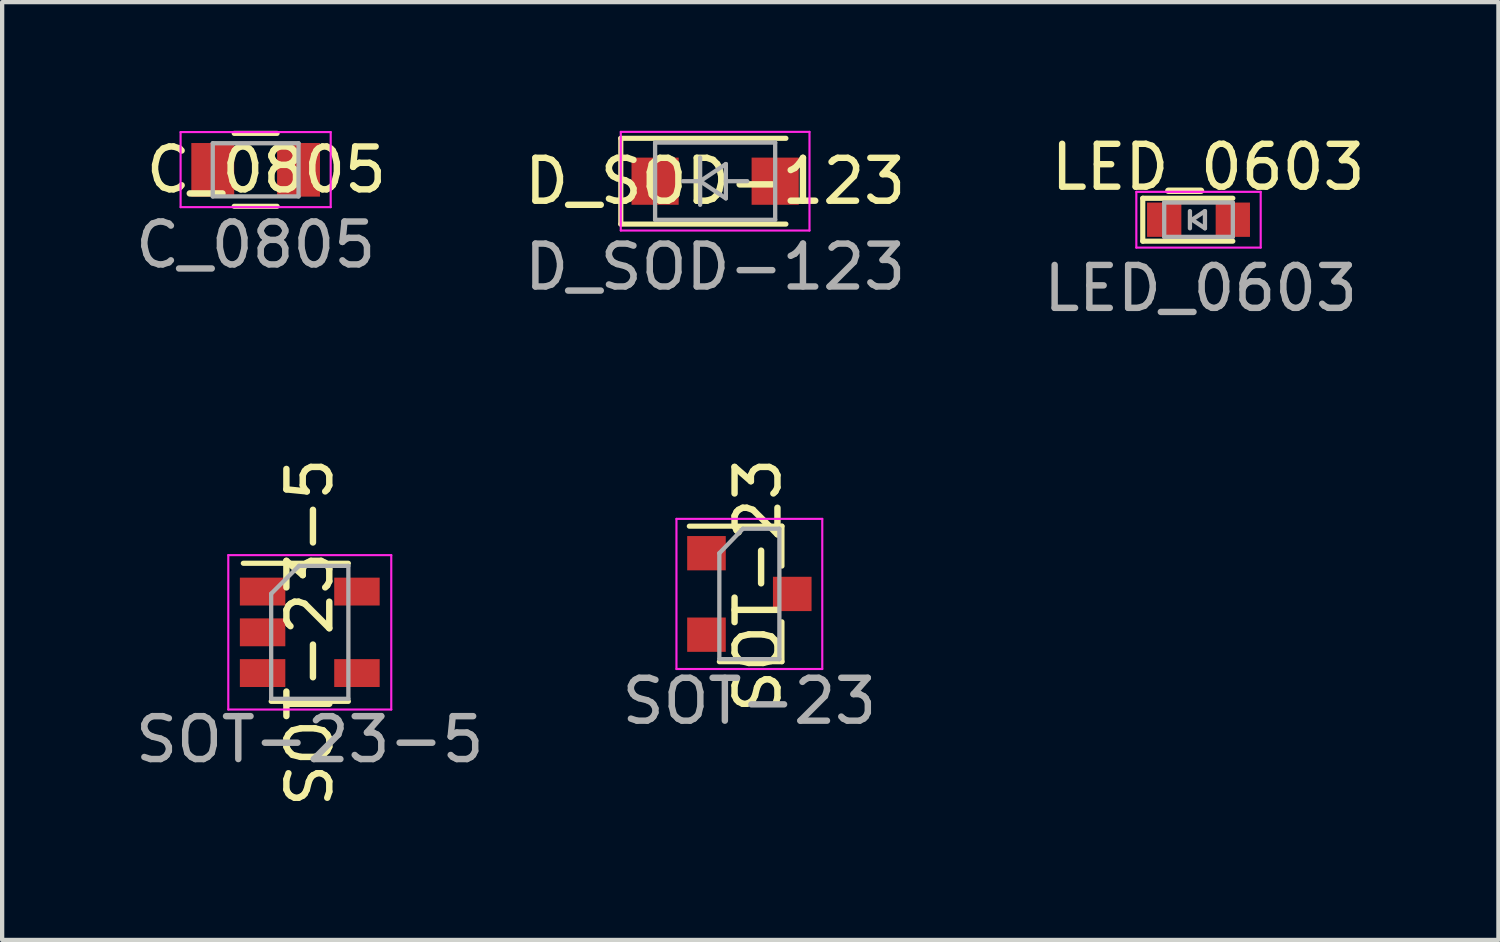
<source format=kicad_pcb>
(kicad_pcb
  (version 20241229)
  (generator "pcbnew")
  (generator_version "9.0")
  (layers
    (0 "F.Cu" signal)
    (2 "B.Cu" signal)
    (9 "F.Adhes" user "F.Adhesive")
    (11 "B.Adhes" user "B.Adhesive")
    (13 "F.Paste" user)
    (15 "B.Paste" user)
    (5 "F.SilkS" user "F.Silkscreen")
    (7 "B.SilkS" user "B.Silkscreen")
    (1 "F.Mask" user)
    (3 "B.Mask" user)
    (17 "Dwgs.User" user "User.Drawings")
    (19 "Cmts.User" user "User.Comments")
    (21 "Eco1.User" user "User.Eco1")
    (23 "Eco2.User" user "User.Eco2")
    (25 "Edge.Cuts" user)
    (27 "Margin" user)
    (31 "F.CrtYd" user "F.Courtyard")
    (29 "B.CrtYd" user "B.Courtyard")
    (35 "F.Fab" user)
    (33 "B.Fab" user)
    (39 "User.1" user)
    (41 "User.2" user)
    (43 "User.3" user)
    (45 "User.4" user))
  (footprint "SOT-23-5"
    (layer "F.Cu")
    (at 4.173 11.694)
    (property "Reference" "SOT-23-5" (at 0 0 90) (unlocked yes) (layer "F.SilkS") (effects (font (size 1 1) (thickness 0.15))))
    (attr smd)
    (fp_line (start -0.9 1.61) (end 0.9 1.61) (stroke (width 0.12) (type solid)) (layer "F.SilkS"))
    (fp_line (start 0.9 -1.61) (end -1.55 -1.61) (stroke (width 0.12) (type solid)) (layer "F.SilkS"))
    (fp_line (start -1.9 -1.8) (end 1.9 -1.8) (stroke (width 0.05) (type solid)) (layer "F.CrtYd"))
    (fp_line (start -1.9 1.8) (end -1.9 -1.8) (stroke (width 0.05) (type solid)) (layer "F.CrtYd"))
    (fp_line (start 1.9 -1.8) (end 1.9 1.8) (stroke (width 0.05) (type solid)) (layer "F.CrtYd"))
    (fp_line (start 1.9 1.8) (end -1.9 1.8) (stroke (width 0.05) (type solid)) (layer "F.CrtYd"))
    (fp_line (start -0.9 -0.9) (end -0.9 1.55) (stroke (width 0.1) (type solid)) (layer "F.Fab"))
    (fp_line (start -0.9 -0.9) (end -0.25 -1.55) (stroke (width 0.1) (type solid)) (layer "F.Fab"))
    (fp_line (start 0.9 -1.55) (end -0.25 -1.55) (stroke (width 0.1) (type solid)) (layer "F.Fab"))
    (fp_line (start 0.9 -1.55) (end 0.9 1.55) (stroke (width 0.1) (type solid)) (layer "F.Fab"))
    (fp_line (start 0.9 1.55) (end -0.9 1.55) (stroke (width 0.1) (type solid)) (layer "F.Fab"))
    (fp_text user "${REFERENCE}" (at 0 2.5 0) (unlocked yes) (layer "F.Fab") (effects (font (size 1 1) (thickness 0.15))))
    (pad "1" smd rect (at -1.1 -0.95) (size 1.06 0.65) (layers "F.Cu" "F.Mask" "F.Paste"))
    (pad "2" smd rect (at -1.1 0) (size 1.06 0.65) (layers "F.Cu" "F.Mask" "F.Paste"))
    (pad "3" smd rect (at -1.1 0.95) (size 1.06 0.65) (layers "F.Cu" "F.Mask" "F.Paste"))
    (pad "4" smd rect (at 1.1 0.95) (size 1.06 0.65) (layers "F.Cu" "F.Mask" "F.Paste"))
    (pad "5" smd rect (at 1.1 -0.95) (size 1.06 0.65) (layers "F.Cu" "F.Mask" "F.Paste")))
  (footprint "D_SOD-123"
    (layer "F.Cu")
    (at 13.625 1.175)
    (property "Reference" "D_SOD-123" (at 0 0 0) (unlocked yes) (layer "F.SilkS") (effects (font (size 1 1) (thickness 0.15))))
    (attr smd)
    (fp_line (start -2.2 -1) (end -2.2 1) (stroke (width 0.12) (type solid)) (layer "F.SilkS"))
    (fp_line (start -2.2 -1) (end 1.65 -1) (stroke (width 0.12) (type solid)) (layer "F.SilkS"))
    (fp_line (start -2.2 1) (end 1.65 1) (stroke (width 0.12) (type solid)) (layer "F.SilkS"))
    (fp_line (start -2.2 -1.15) (end -2.2 1.15) (stroke (width 0.05) (type solid)) (layer "F.CrtYd"))
    (fp_line (start -2.2 -1.15) (end 2.2 -1.15) (stroke (width 0.05) (type solid)) (layer "F.CrtYd"))
    (fp_line (start 2.2 -1.15) (end 2.2 1.15) (stroke (width 0.05) (type solid)) (layer "F.CrtYd"))
    (fp_line (start 2.2 1.15) (end -2.2 1.15) (stroke (width 0.05) (type solid)) (layer "F.CrtYd"))
    (fp_line (start -1.4 -0.9) (end 1.4 -0.9) (stroke (width 0.1) (type solid)) (layer "F.Fab"))
    (fp_line (start -1.4 0.9) (end -1.4 -0.9) (stroke (width 0.1) (type solid)) (layer "F.Fab"))
    (fp_line (start -0.75 0) (end -0.35 0) (stroke (width 0.1) (type solid)) (layer "F.Fab"))
    (fp_line (start -0.35 0) (end -0.35 -0.55) (stroke (width 0.1) (type solid)) (layer "F.Fab"))
    (fp_line (start -0.35 0) (end -0.35 0.55) (stroke (width 0.1) (type solid)) (layer "F.Fab"))
    (fp_line (start -0.35 0) (end 0.25 -0.4) (stroke (width 0.1) (type solid)) (layer "F.Fab"))
    (fp_line (start 0.25 -0.4) (end 0.25 0.4) (stroke (width 0.1) (type solid)) (layer "F.Fab"))
    (fp_line (start 0.25 0) (end 0.75 0) (stroke (width 0.1) (type solid)) (layer "F.Fab"))
    (fp_line (start 0.25 0.4) (end -0.35 0) (stroke (width 0.1) (type solid)) (layer "F.Fab"))
    (fp_line (start 1.4 -0.9) (end 1.4 0.9) (stroke (width 0.1) (type solid)) (layer "F.Fab"))
    (fp_line (start 1.4 0.9) (end -1.4 0.9) (stroke (width 0.1) (type solid)) (layer "F.Fab"))
    (fp_text user "${REFERENCE}" (at 0 2 0) (unlocked yes) (layer "F.Fab") (effects (font (size 1 1) (thickness 0.15))))
    (pad "1" smd rect (at -1.4 0) (size 1.1 1.1) (layers "F.Cu" "F.Mask" "F.Paste"))
    (pad "2" smd rect (at 1.4 0) (size 1.1 1.1) (layers "F.Cu" "F.Mask" "F.Paste")))
  (footprint "SOT-23"
    (layer "F.Cu")
    (at 14.423 10.799)
    (property "Reference" "SOT-23" (at 0.2 -0.2 90) (unlocked yes) (layer "F.SilkS") (effects (font (size 1 1) (thickness 0.15))))
    (attr smd)
    (fp_line (start 0.76 -1.58) (end -1.4 -1.58) (stroke (width 0.12) (type solid)) (layer "F.SilkS"))
    (fp_line (start 0.76 -1.58) (end 0.76 -0.65) (stroke (width 0.12) (type solid)) (layer "F.SilkS"))
    (fp_line (start 0.76 1.58) (end -0.7 1.58) (stroke (width 0.12) (type solid)) (layer "F.SilkS"))
    (fp_line (start 0.76 1.58) (end 0.76 0.65) (stroke (width 0.12) (type solid)) (layer "F.SilkS"))
    (fp_line (start -1.7 -1.75) (end 1.7 -1.75) (stroke (width 0.05) (type solid)) (layer "F.CrtYd"))
    (fp_line (start -1.7 1.75) (end -1.7 -1.75) (stroke (width 0.05) (type solid)) (layer "F.CrtYd"))
    (fp_line (start 1.7 -1.75) (end 1.7 1.75) (stroke (width 0.05) (type solid)) (layer "F.CrtYd"))
    (fp_line (start 1.7 1.75) (end -1.7 1.75) (stroke (width 0.05) (type solid)) (layer "F.CrtYd"))
    (fp_line (start -0.7 -0.95) (end -0.7 1.5) (stroke (width 0.1) (type solid)) (layer "F.Fab"))
    (fp_line (start -0.7 -0.95) (end -0.15 -1.52) (stroke (width 0.1) (type solid)) (layer "F.Fab"))
    (fp_line (start -0.7 1.52) (end 0.7 1.52) (stroke (width 0.1) (type solid)) (layer "F.Fab"))
    (fp_line (start -0.15 -1.52) (end 0.7 -1.52) (stroke (width 0.1) (type solid)) (layer "F.Fab"))
    (fp_line (start 0.7 -1.52) (end 0.7 1.52) (stroke (width 0.1) (type solid)) (layer "F.Fab"))
    (fp_text user "${REFERENCE}" (at 0 2.5 0) (unlocked yes) (layer "F.Fab") (effects (font (size 1 1) (thickness 0.15))))
    (pad "1" smd rect (at -1 -0.95) (size 0.9 0.8) (layers "F.Cu" "F.Mask" "F.Paste"))
    (pad "2" smd rect (at -1 0.95) (size 0.9 0.8) (layers "F.Cu" "F.Mask" "F.Paste"))
    (pad "3" smd rect (at 1 0) (size 0.9 0.8) (layers "F.Cu" "F.Mask" "F.Paste")))
  (footprint "C_0805"
    (layer "F.Cu")
    (at 2.911 0.91)
    (property "Reference" "C_0805" (at 0.25 0 0) (unlocked yes) (layer "F.SilkS") (effects (font (size 1 1) (thickness 0.15))))
    (attr smd)
    (fp_line (start -0.5 0.85) (end 0.5 0.85) (stroke (width 0.12) (type solid)) (layer "F.SilkS"))
    (fp_line (start 0.5 -0.85) (end -0.5 -0.85) (stroke (width 0.12) (type solid)) (layer "F.SilkS"))
    (fp_line (start -1.75 -0.88) (end -1.75 0.87) (stroke (width 0.05) (type solid)) (layer "F.CrtYd"))
    (fp_line (start -1.75 -0.88) (end 1.75 -0.88) (stroke (width 0.05) (type solid)) (layer "F.CrtYd"))
    (fp_line (start 1.75 0.87) (end -1.75 0.87) (stroke (width 0.05) (type solid)) (layer "F.CrtYd"))
    (fp_line (start 1.75 0.87) (end 1.75 -0.88) (stroke (width 0.05) (type solid)) (layer "F.CrtYd"))
    (fp_line (start -1 -0.62) (end 1 -0.62) (stroke (width 0.1) (type solid)) (layer "F.Fab"))
    (fp_line (start -1 0.62) (end -1 -0.62) (stroke (width 0.1) (type solid)) (layer "F.Fab"))
    (fp_line (start 1 -0.62) (end 1 0.62) (stroke (width 0.1) (type solid)) (layer "F.Fab"))
    (fp_line (start 1 0.62) (end -1 0.62) (stroke (width 0.1) (type solid)) (layer "F.Fab"))
    (fp_text user "${REFERENCE}" (at 0 1.75 0) (unlocked yes) (layer "F.Fab") (effects (font (size 1 1) (thickness 0.15))))
    (pad "1" smd rect (at -1 0) (size 1 1.25) (layers "F.Cu" "F.Mask" "F.Paste"))
    (pad "2" smd rect (at 1 0) (size 1 1.25) (layers "F.Cu" "F.Mask" "F.Paste")))
  (footprint "LED_0603"
    (layer "F.Cu")
    (at 24.896 2.073)
    (property "Reference" "LED_0603" (at 0.225 -1.225 0) (unlocked yes) (layer "F.SilkS") (effects (font (size 1 1) (thickness 0.15))))
    (attr smd)
    (fp_line (start -1.3 -0.5) (end -1.3 0.5) (stroke (width 0.12) (type solid)) (layer "F.SilkS"))
    (fp_line (start -1.3 -0.5) (end 0.8 -0.5) (stroke (width 0.12) (type solid)) (layer "F.SilkS"))
    (fp_line (start -1.3 0.5) (end 0.8 0.5) (stroke (width 0.12) (type solid)) (layer "F.SilkS"))
    (fp_line (start -1.45 -0.65) (end 1.45 -0.65) (stroke (width 0.05) (type solid)) (layer "F.CrtYd"))
    (fp_line (start -1.45 0.65) (end -1.45 -0.65) (stroke (width 0.05) (type solid)) (layer "F.CrtYd"))
    (fp_line (start 1.45 -0.65) (end 1.45 0.65) (stroke (width 0.05) (type solid)) (layer "F.CrtYd"))
    (fp_line (start 1.45 0.65) (end -1.45 0.65) (stroke (width 0.05) (type solid)) (layer "F.CrtYd"))
    (fp_line (start -0.8 -0.4) (end 0.8 -0.4) (stroke (width 0.1) (type solid)) (layer "F.Fab"))
    (fp_line (start -0.8 0.4) (end -0.8 -0.4) (stroke (width 0.1) (type solid)) (layer "F.Fab"))
    (fp_line (start -0.2 -0.2) (end -0.2 0.2) (stroke (width 0.1) (type solid)) (layer "F.Fab"))
    (fp_line (start -0.15 0) (end 0.15 -0.2) (stroke (width 0.1) (type solid)) (layer "F.Fab"))
    (fp_line (start 0.15 -0.2) (end 0.15 0.2) (stroke (width 0.1) (type solid)) (layer "F.Fab"))
    (fp_line (start 0.15 0.2) (end -0.15 0) (stroke (width 0.1) (type solid)) (layer "F.Fab"))
    (fp_line (start 0.8 -0.4) (end 0.8 0.4) (stroke (width 0.1) (type solid)) (layer "F.Fab"))
    (fp_line (start 0.8 0.4) (end -0.8 0.4) (stroke (width 0.1) (type solid)) (layer "F.Fab"))
    (fp_text user "${REFERENCE}" (at 0.05 1.6 0) (unlocked yes) (layer "F.Fab") (effects (font (size 1 1) (thickness 0.15))))
    (pad "1" smd rect (at -0.8 0 180) (size 0.8 0.8) (layers "F.Cu" "F.Mask" "F.Paste"))
    (pad "2" smd rect (at 0.8 0 180) (size 0.8 0.8) (layers "F.Cu" "F.Mask" "F.Paste")))
  (gr_rect
    (start -3 -3)
    (end 31.889 18.867)
    (stroke (width 0.1) (type default))
    (fill no)
    (layer "Edge.Cuts")))
</source>
